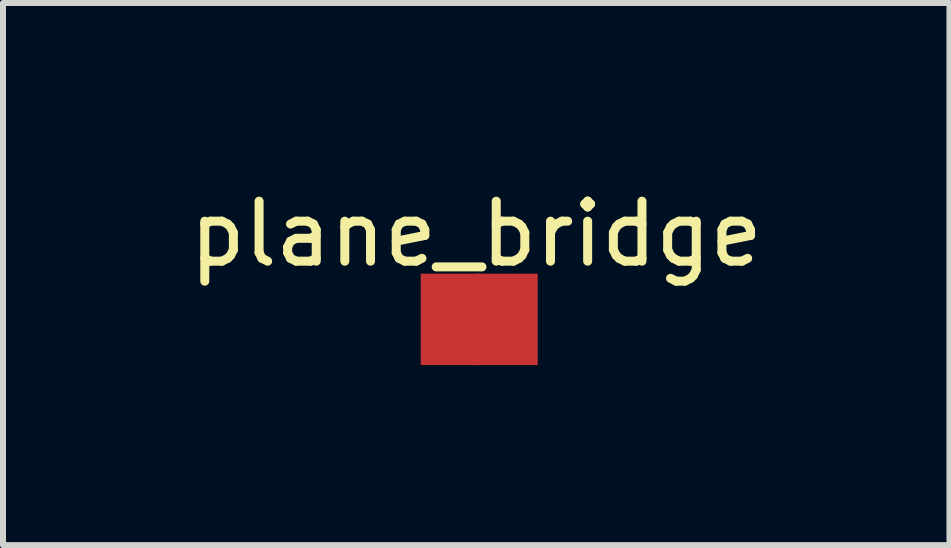
<source format=kicad_pcb>
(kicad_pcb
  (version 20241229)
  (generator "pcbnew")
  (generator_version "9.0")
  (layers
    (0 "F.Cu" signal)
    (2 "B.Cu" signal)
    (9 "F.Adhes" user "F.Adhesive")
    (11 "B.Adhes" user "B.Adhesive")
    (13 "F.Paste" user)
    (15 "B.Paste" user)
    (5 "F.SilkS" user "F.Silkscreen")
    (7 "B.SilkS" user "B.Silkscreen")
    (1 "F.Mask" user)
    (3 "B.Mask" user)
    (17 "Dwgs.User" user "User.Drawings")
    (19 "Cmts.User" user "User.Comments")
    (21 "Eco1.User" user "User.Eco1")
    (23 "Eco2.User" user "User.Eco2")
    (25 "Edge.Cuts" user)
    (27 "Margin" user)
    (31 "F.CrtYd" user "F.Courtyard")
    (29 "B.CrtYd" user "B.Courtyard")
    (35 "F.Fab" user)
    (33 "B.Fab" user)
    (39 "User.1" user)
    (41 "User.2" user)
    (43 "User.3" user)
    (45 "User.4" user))
  (footprint "plane_bridge"
    (layer "F.Cu")
    (at 4.937 2.273)
    (property "Reference" "plane_bridge" (at -0.05 -1.425 0) (unlocked yes) (layer "F.SilkS") (effects (font (size 1 1) (thickness 0.15))))
    (attr smd)
    (pad "1" smd rect (at 0.475 0) (size 1 1.524) (layers "F.Cu"))
    (pad "2" smd rect (at -0.475 0) (size 1 1.524) (layers "F.Cu")))
  (gr_rect
    (start -3 -3)
    (end 12.774 6.035)
    (stroke (width 0.1) (type default))
    (fill no)
    (layer "Edge.Cuts")))
</source>
